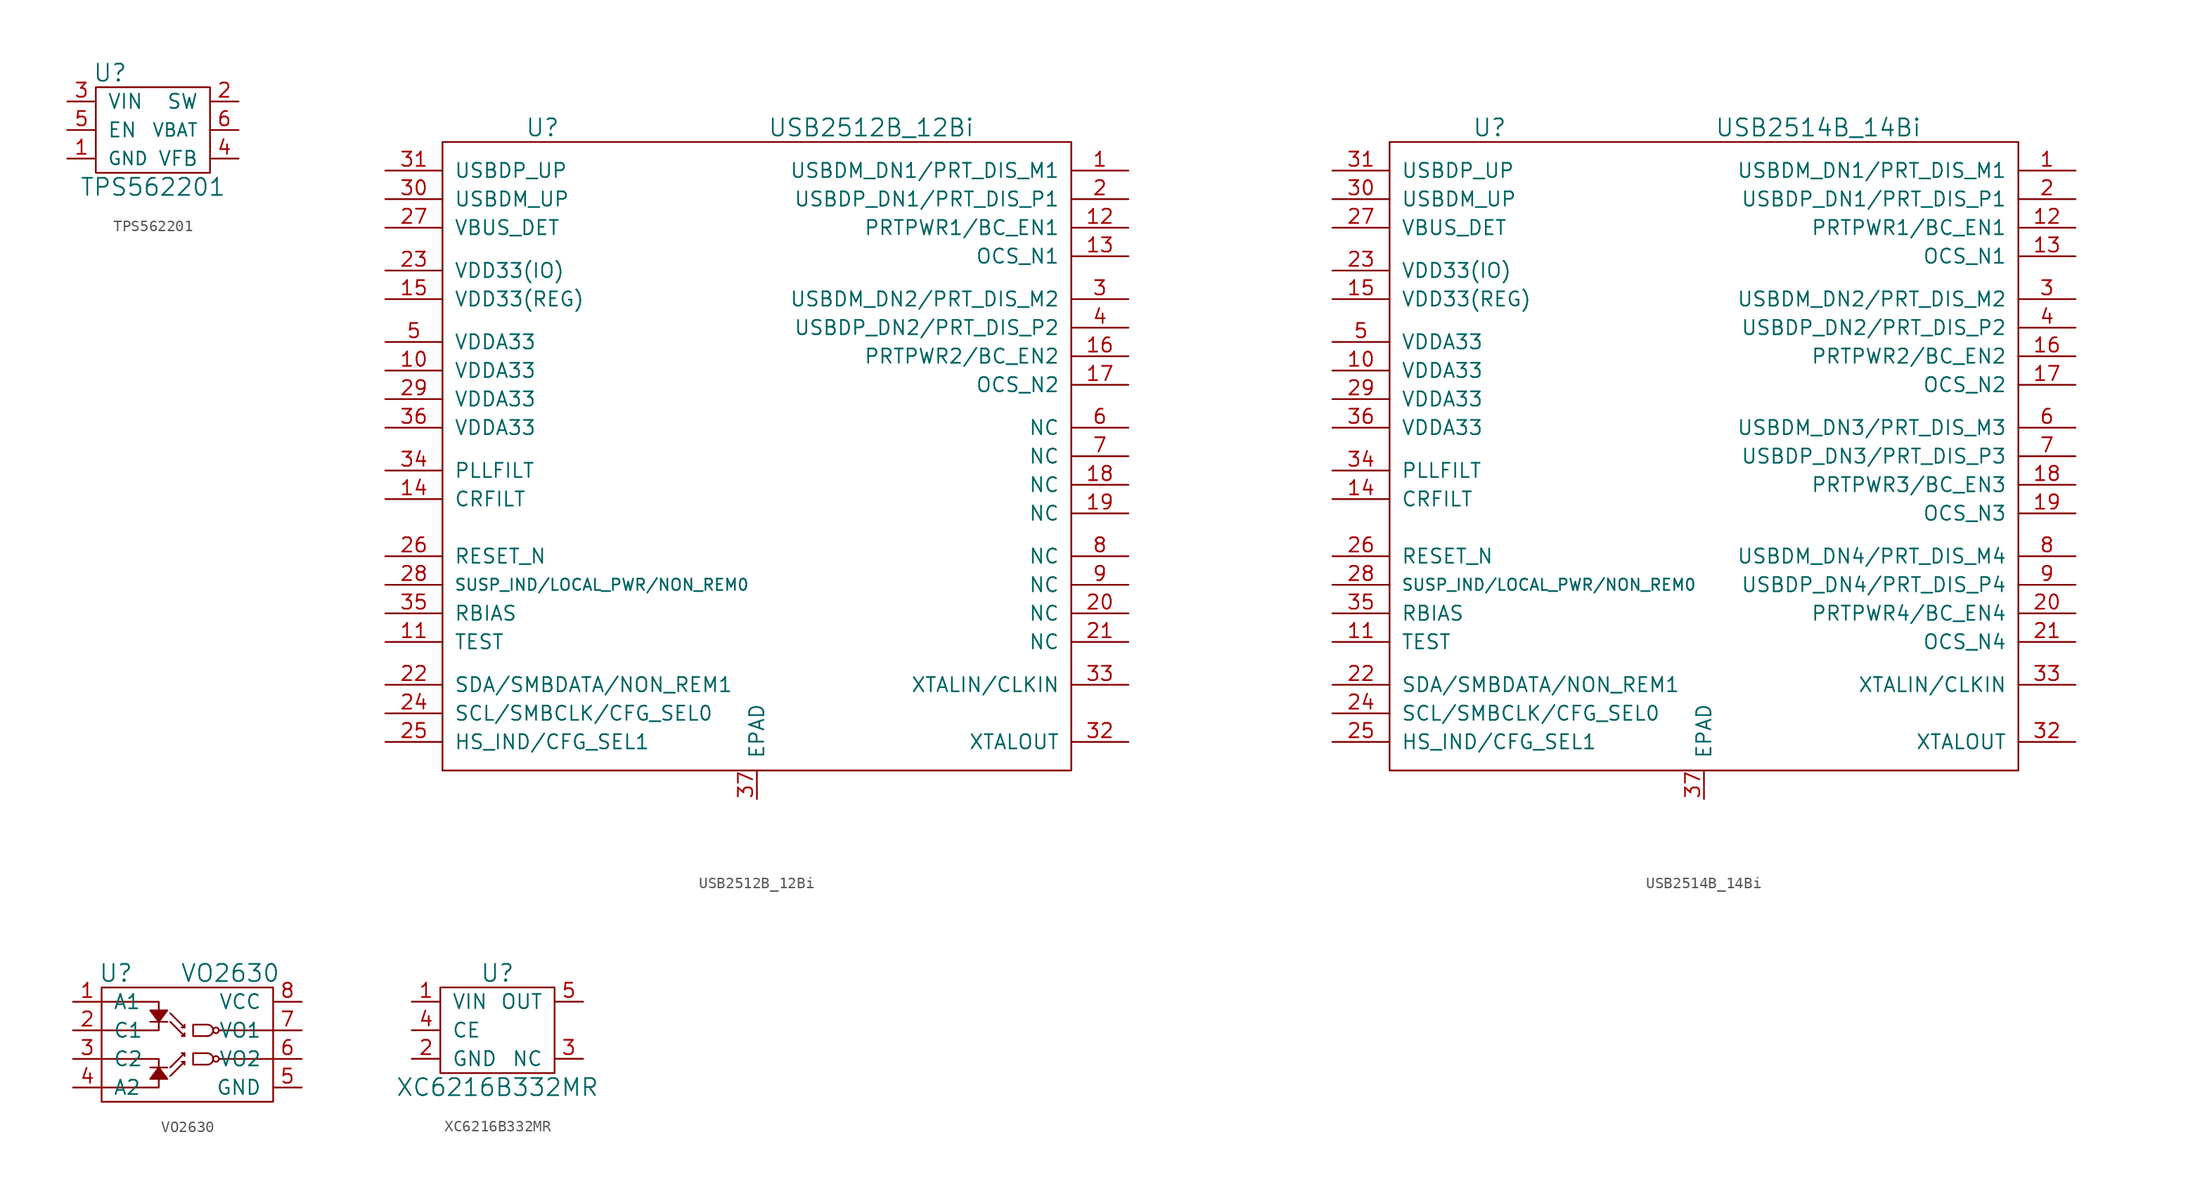
<source format=kicad_sym>
(kicad_symbol_lib
  (version 20220914)
  (generator kicad_symbol_editor)
  (symbol "TPS562201"
    (pin_names
      (offset 1.016))
    (property "Reference" "U"
      (at -3.81 5.08 0)
      (effects (font (size 1.524 1.524))))
    (property "Value" "TPS562201"
      (at 0 -5.08 0)
      (effects (font (size 1.524 1.524))))
    (property "Footprint" ""
      (at 0 0 0)
      (effects (font (size 1.524 1.524))))
    (property "Datasheet" ""
      (at 0 0 0)
      (effects (font (size 1.524 1.524))))
    (symbol "TPS562201_0_1"
      (rectangle (start -5.08 3.81) (end 5.08 -3.81) (stroke (width 0) (type default)) (fill (type none))))
    (symbol "TPS562201_1_1"
      (pin input line (at -7.62 -2.54 0) (length 2.54) (name "GND" (effects (font (size 1.143 1.143)))) (number "1" (effects (font (size 1.27 1.27)))))
      (pin input line (at 7.62 2.54 180) (length 2.54) (name "SW" (effects (font (size 1.27 1.27)))) (number "2" (effects (font (size 1.27 1.27)))))
      (pin input line (at -7.62 2.54 0) (length 2.54) (name "VIN" (effects (font (size 1.27 1.27)))) (number "3" (effects (font (size 1.27 1.27)))))
      (pin input line (at 7.62 -2.54 180) (length 2.54) (name "VFB" (effects (font (size 1.27 1.27)))) (number "4" (effects (font (size 1.27 1.27)))))
      (pin input line (at -7.62 0 0) (length 2.54) (name "EN" (effects (font (size 1.27 1.27)))) (number "5" (effects (font (size 1.27 1.27)))))
      (pin input line (at 7.62 0 180) (length 2.54) (name "VBAT" (effects (font (size 1.143 1.143)))) (number "6" (effects (font (size 1.27 1.27)))))))
  (symbol "USB2512B_12Bi"
    (pin_names
      (offset 1.016))
    (property "Reference" "U"
      (at -19.05 29.21 0)
      (effects (font (size 1.524 1.524))))
    (property "Value" "USB2512B_12Bi"
      (at 10.16 29.21 0)
      (effects (font (size 1.524 1.524))))
    (symbol "USB2512B_12Bi_0_1"
      (rectangle (start -27.94 27.94) (end 27.94 -27.94) (stroke (width 0) (type default)) (fill (type none))))
    (symbol "USB2512B_12Bi_1_1"
      (pin bidirectional line (at 33.02 25.4 180) (length 5.08) (name "USBDM_DN1/PRT_DIS_M1" (effects (font (size 1.27 1.27)))) (number "1" (effects (font (size 1.27 1.27)))))
      (pin bidirectional line (at -33.02 7.62 0) (length 5.08) (name "VDDA33" (effects (font (size 1.27 1.27)))) (number "10" (effects (font (size 1.27 1.27)))))
      (pin bidirectional line (at -33.02 -16.51 0) (length 5.08) (name "TEST" (effects (font (size 1.27 1.27)))) (number "11" (effects (font (size 1.27 1.27)))))
      (pin bidirectional line (at 33.02 20.32 180) (length 5.08) (name "PRTPWR1/BC_EN1" (effects (font (size 1.27 1.27)))) (number "12" (effects (font (size 1.27 1.27)))))
      (pin bidirectional line (at 33.02 17.78 180) (length 5.08) (name "OCS_N1" (effects (font (size 1.27 1.27)))) (number "13" (effects (font (size 1.27 1.27)))))
      (pin bidirectional line (at -33.02 -3.81 0) (length 5.08) (name "CRFILT" (effects (font (size 1.27 1.27)))) (number "14" (effects (font (size 1.27 1.27)))))
      (pin bidirectional line (at -33.02 13.97 0) (length 5.08) (name "VDD33(REG)" (effects (font (size 1.27 1.27)))) (number "15" (effects (font (size 1.27 1.27)))))
      (pin bidirectional line (at 33.02 8.89 180) (length 5.08) (name "PRTPWR2/BC_EN2" (effects (font (size 1.27 1.27)))) (number "16" (effects (font (size 1.27 1.27)))))
      (pin bidirectional line (at 33.02 6.35 180) (length 5.08) (name "OCS_N2" (effects (font (size 1.27 1.27)))) (number "17" (effects (font (size 1.27 1.27)))))
      (pin bidirectional line (at 33.02 -2.54 180) (length 5.08) (name "NC" (effects (font (size 1.27 1.27)))) (number "18" (effects (font (size 1.27 1.27)))))
      (pin bidirectional line (at 33.02 -5.08 180) (length 5.08) (name "NC" (effects (font (size 1.27 1.27)))) (number "19" (effects (font (size 1.27 1.27)))))
      (pin bidirectional line (at 33.02 22.86 180) (length 5.08) (name "USBDP_DN1/PRT_DIS_P1" (effects (font (size 1.27 1.27)))) (number "2" (effects (font (size 1.27 1.27)))))
      (pin bidirectional line (at 33.02 -13.97 180) (length 5.08) (name "NC" (effects (font (size 1.27 1.27)))) (number "20" (effects (font (size 1.27 1.27)))))
      (pin bidirectional line (at 33.02 -16.51 180) (length 5.08) (name "NC" (effects (font (size 1.27 1.27)))) (number "21" (effects (font (size 1.27 1.27)))))
      (pin bidirectional line (at -33.02 -20.32 0) (length 5.08) (name "SDA/SMBDATA/NON_REM1" (effects (font (size 1.27 1.27)))) (number "22" (effects (font (size 1.27 1.27)))))
      (pin bidirectional line (at -33.02 16.51 0) (length 5.08) (name "VDD33(IO)" (effects (font (size 1.27 1.27)))) (number "23" (effects (font (size 1.27 1.27)))))
      (pin bidirectional line (at -33.02 -22.86 0) (length 5.08) (name "SCL/SMBCLK/CFG_SEL0" (effects (font (size 1.27 1.27)))) (number "24" (effects (font (size 1.27 1.27)))))
      (pin bidirectional line (at -33.02 -25.4 0) (length 5.08) (name "HS_IND/CFG_SEL1" (effects (font (size 1.27 1.27)))) (number "25" (effects (font (size 1.27 1.27)))))
      (pin bidirectional line (at -33.02 -8.89 0) (length 5.08) (name "RESET_N" (effects (font (size 1.27 1.27)))) (number "26" (effects (font (size 1.27 1.27)))))
      (pin bidirectional line (at -33.02 20.32 0) (length 5.08) (name "VBUS_DET" (effects (font (size 1.27 1.27)))) (number "27" (effects (font (size 1.27 1.27)))))
      (pin bidirectional line (at -33.02 -11.43 0) (length 5.08) (name "SUSP_IND/LOCAL_PWR/NON_REM0" (effects (font (size 1.016 1.016)))) (number "28" (effects (font (size 1.27 1.27)))))
      (pin bidirectional line (at -33.02 5.08 0) (length 5.08) (name "VDDA33" (effects (font (size 1.27 1.27)))) (number "29" (effects (font (size 1.27 1.27)))))
      (pin bidirectional line (at 33.02 13.97 180) (length 5.08) (name "USBDM_DN2/PRT_DIS_M2" (effects (font (size 1.27 1.27)))) (number "3" (effects (font (size 1.27 1.27)))))
      (pin tri_state line (at -33.02 22.86 0) (length 5.08) (name "USBDM_UP" (effects (font (size 1.27 1.27)))) (number "30" (effects (font (size 1.27 1.27)))))
      (pin bidirectional line (at -33.02 25.4 0) (length 5.08) (name "USBDP_UP" (effects (font (size 1.27 1.27)))) (number "31" (effects (font (size 1.27 1.27)))))
      (pin bidirectional line (at 33.02 -25.4 180) (length 5.08) (name "XTALOUT" (effects (font (size 1.27 1.27)))) (number "32" (effects (font (size 1.27 1.27)))))
      (pin bidirectional line (at 33.02 -20.32 180) (length 5.08) (name "XTALIN/CLKIN" (effects (font (size 1.27 1.27)))) (number "33" (effects (font (size 1.27 1.27)))))
      (pin bidirectional line (at -33.02 -1.27 0) (length 5.08) (name "PLLFILT" (effects (font (size 1.27 1.27)))) (number "34" (effects (font (size 1.27 1.27)))))
      (pin bidirectional line (at -33.02 -13.97 0) (length 5.08) (name "RBIAS" (effects (font (size 1.27 1.27)))) (number "35" (effects (font (size 1.27 1.27)))))
      (pin bidirectional line (at -33.02 2.54 0) (length 5.08) (name "VDDA33" (effects (font (size 1.27 1.27)))) (number "36" (effects (font (size 1.27 1.27)))))
      (pin bidirectional line (at 0 -30.48 90) (length 2.54) (name "EPAD" (effects (font (size 1.27 1.27)))) (number "37" (effects (font (size 1.27 1.27)))))
      (pin bidirectional line (at 33.02 11.43 180) (length 5.08) (name "USBDP_DN2/PRT_DIS_P2" (effects (font (size 1.27 1.27)))) (number "4" (effects (font (size 1.27 1.27)))))
      (pin bidirectional line (at -33.02 10.16 0) (length 5.08) (name "VDDA33" (effects (font (size 1.27 1.27)))) (number "5" (effects (font (size 1.27 1.27)))))
      (pin bidirectional line (at 33.02 2.54 180) (length 5.08) (name "NC" (effects (font (size 1.27 1.27)))) (number "6" (effects (font (size 1.27 1.27)))))
      (pin bidirectional line (at 33.02 0 180) (length 5.08) (name "NC" (effects (font (size 1.27 1.27)))) (number "7" (effects (font (size 1.27 1.27)))))
      (pin bidirectional line (at 33.02 -8.89 180) (length 5.08) (name "NC" (effects (font (size 1.27 1.27)))) (number "8" (effects (font (size 1.27 1.27)))))
      (pin bidirectional line (at 33.02 -11.43 180) (length 5.08) (name "NC" (effects (font (size 1.27 1.27)))) (number "9" (effects (font (size 1.27 1.27)))))))
  (symbol "USB2514B_14Bi"
    (pin_names
      (offset 1.016))
    (property "Reference" "U"
      (at -19.05 29.21 0)
      (effects (font (size 1.524 1.524))))
    (property "Value" "USB2514B_14Bi"
      (at 10.16 29.21 0)
      (effects (font (size 1.524 1.524))))
    (symbol "USB2514B_14Bi_0_1"
      (rectangle (start -27.94 27.94) (end 27.94 -27.94) (stroke (width 0) (type default)) (fill (type none))))
    (symbol "USB2514B_14Bi_1_1"
      (pin bidirectional line (at 33.02 25.4 180) (length 5.08) (name "USBDM_DN1/PRT_DIS_M1" (effects (font (size 1.27 1.27)))) (number "1" (effects (font (size 1.27 1.27)))))
      (pin bidirectional line (at -33.02 7.62 0) (length 5.08) (name "VDDA33" (effects (font (size 1.27 1.27)))) (number "10" (effects (font (size 1.27 1.27)))))
      (pin bidirectional line (at -33.02 -16.51 0) (length 5.08) (name "TEST" (effects (font (size 1.27 1.27)))) (number "11" (effects (font (size 1.27 1.27)))))
      (pin bidirectional line (at 33.02 20.32 180) (length 5.08) (name "PRTPWR1/BC_EN1" (effects (font (size 1.27 1.27)))) (number "12" (effects (font (size 1.27 1.27)))))
      (pin bidirectional line (at 33.02 17.78 180) (length 5.08) (name "OCS_N1" (effects (font (size 1.27 1.27)))) (number "13" (effects (font (size 1.27 1.27)))))
      (pin bidirectional line (at -33.02 -3.81 0) (length 5.08) (name "CRFILT" (effects (font (size 1.27 1.27)))) (number "14" (effects (font (size 1.27 1.27)))))
      (pin bidirectional line (at -33.02 13.97 0) (length 5.08) (name "VDD33(REG)" (effects (font (size 1.27 1.27)))) (number "15" (effects (font (size 1.27 1.27)))))
      (pin bidirectional line (at 33.02 8.89 180) (length 5.08) (name "PRTPWR2/BC_EN2" (effects (font (size 1.27 1.27)))) (number "16" (effects (font (size 1.27 1.27)))))
      (pin bidirectional line (at 33.02 6.35 180) (length 5.08) (name "OCS_N2" (effects (font (size 1.27 1.27)))) (number "17" (effects (font (size 1.27 1.27)))))
      (pin bidirectional line (at 33.02 -2.54 180) (length 5.08) (name "PRTPWR3/BC_EN3" (effects (font (size 1.27 1.27)))) (number "18" (effects (font (size 1.27 1.27)))))
      (pin bidirectional line (at 33.02 -5.08 180) (length 5.08) (name "OCS_N3" (effects (font (size 1.27 1.27)))) (number "19" (effects (font (size 1.27 1.27)))))
      (pin bidirectional line (at 33.02 22.86 180) (length 5.08) (name "USBDP_DN1/PRT_DIS_P1" (effects (font (size 1.27 1.27)))) (number "2" (effects (font (size 1.27 1.27)))))
      (pin bidirectional line (at 33.02 -13.97 180) (length 5.08) (name "PRTPWR4/BC_EN4" (effects (font (size 1.27 1.27)))) (number "20" (effects (font (size 1.27 1.27)))))
      (pin bidirectional line (at 33.02 -16.51 180) (length 5.08) (name "OCS_N4" (effects (font (size 1.27 1.27)))) (number "21" (effects (font (size 1.27 1.27)))))
      (pin bidirectional line (at -33.02 -20.32 0) (length 5.08) (name "SDA/SMBDATA/NON_REM1" (effects (font (size 1.27 1.27)))) (number "22" (effects (font (size 1.27 1.27)))))
      (pin bidirectional line (at -33.02 16.51 0) (length 5.08) (name "VDD33(IO)" (effects (font (size 1.27 1.27)))) (number "23" (effects (font (size 1.27 1.27)))))
      (pin bidirectional line (at -33.02 -22.86 0) (length 5.08) (name "SCL/SMBCLK/CFG_SEL0" (effects (font (size 1.27 1.27)))) (number "24" (effects (font (size 1.27 1.27)))))
      (pin bidirectional line (at -33.02 -25.4 0) (length 5.08) (name "HS_IND/CFG_SEL1" (effects (font (size 1.27 1.27)))) (number "25" (effects (font (size 1.27 1.27)))))
      (pin bidirectional line (at -33.02 -8.89 0) (length 5.08) (name "RESET_N" (effects (font (size 1.27 1.27)))) (number "26" (effects (font (size 1.27 1.27)))))
      (pin bidirectional line (at -33.02 20.32 0) (length 5.08) (name "VBUS_DET" (effects (font (size 1.27 1.27)))) (number "27" (effects (font (size 1.27 1.27)))))
      (pin bidirectional line (at -33.02 -11.43 0) (length 5.08) (name "SUSP_IND/LOCAL_PWR/NON_REM0" (effects (font (size 1.016 1.016)))) (number "28" (effects (font (size 1.27 1.27)))))
      (pin bidirectional line (at -33.02 5.08 0) (length 5.08) (name "VDDA33" (effects (font (size 1.27 1.27)))) (number "29" (effects (font (size 1.27 1.27)))))
      (pin bidirectional line (at 33.02 13.97 180) (length 5.08) (name "USBDM_DN2/PRT_DIS_M2" (effects (font (size 1.27 1.27)))) (number "3" (effects (font (size 1.27 1.27)))))
      (pin tri_state line (at -33.02 22.86 0) (length 5.08) (name "USBDM_UP" (effects (font (size 1.27 1.27)))) (number "30" (effects (font (size 1.27 1.27)))))
      (pin bidirectional line (at -33.02 25.4 0) (length 5.08) (name "USBDP_UP" (effects (font (size 1.27 1.27)))) (number "31" (effects (font (size 1.27 1.27)))))
      (pin bidirectional line (at 33.02 -25.4 180) (length 5.08) (name "XTALOUT" (effects (font (size 1.27 1.27)))) (number "32" (effects (font (size 1.27 1.27)))))
      (pin bidirectional line (at 33.02 -20.32 180) (length 5.08) (name "XTALIN/CLKIN" (effects (font (size 1.27 1.27)))) (number "33" (effects (font (size 1.27 1.27)))))
      (pin bidirectional line (at -33.02 -1.27 0) (length 5.08) (name "PLLFILT" (effects (font (size 1.27 1.27)))) (number "34" (effects (font (size 1.27 1.27)))))
      (pin bidirectional line (at -33.02 -13.97 0) (length 5.08) (name "RBIAS" (effects (font (size 1.27 1.27)))) (number "35" (effects (font (size 1.27 1.27)))))
      (pin bidirectional line (at -33.02 2.54 0) (length 5.08) (name "VDDA33" (effects (font (size 1.27 1.27)))) (number "36" (effects (font (size 1.27 1.27)))))
      (pin bidirectional line (at 0 -30.48 90) (length 2.54) (name "EPAD" (effects (font (size 1.27 1.27)))) (number "37" (effects (font (size 1.27 1.27)))))
      (pin bidirectional line (at 33.02 11.43 180) (length 5.08) (name "USBDP_DN2/PRT_DIS_P2" (effects (font (size 1.27 1.27)))) (number "4" (effects (font (size 1.27 1.27)))))
      (pin bidirectional line (at -33.02 10.16 0) (length 5.08) (name "VDDA33" (effects (font (size 1.27 1.27)))) (number "5" (effects (font (size 1.27 1.27)))))
      (pin bidirectional line (at 33.02 2.54 180) (length 5.08) (name "USBDM_DN3/PRT_DIS_M3" (effects (font (size 1.27 1.27)))) (number "6" (effects (font (size 1.27 1.27)))))
      (pin bidirectional line (at 33.02 0 180) (length 5.08) (name "USBDP_DN3/PRT_DIS_P3" (effects (font (size 1.27 1.27)))) (number "7" (effects (font (size 1.27 1.27)))))
      (pin bidirectional line (at 33.02 -8.89 180) (length 5.08) (name "USBDM_DN4/PRT_DIS_M4" (effects (font (size 1.27 1.27)))) (number "8" (effects (font (size 1.27 1.27)))))
      (pin bidirectional line (at 33.02 -11.43 180) (length 5.08) (name "USBDP_DN4/PRT_DIS_P4" (effects (font (size 1.27 1.27)))) (number "9" (effects (font (size 1.27 1.27)))))))
  (symbol "VO2630"
    (pin_names
      (offset 1.016))
    (property "Reference" "U"
      (at -6.35 6.35 0)
      (effects (font (size 1.524 1.524))))
    (property "Value" "VO2630"
      (at 3.81 6.35 0)
      (effects (font (size 1.524 1.524))))
    (symbol "VO2630_0_1"
      (rectangle (start -7.62 5.08) (end 7.62 -5.08) (stroke (width 0) (type default)) (fill (type none)))
      (polyline (pts (xy -3.302 -2.032) (xy -1.778 -2.032)) (stroke (width 0) (type default)) (fill (type none)))
      (polyline (pts (xy -3.302 2.032) (xy -1.778 2.032)) (stroke (width 0) (type default)) (fill (type none)))
      (polyline (pts (xy -1.524 -2.794) (xy -0.254 -1.524)) (stroke (width 0) (type default)) (fill (type none)))
      (polyline (pts (xy -1.524 -2.032) (xy -0.254 -0.762)) (stroke (width 0) (type default)) (fill (type none)))
      (polyline (pts (xy -1.524 2.032) (xy -0.254 0.762)) (stroke (width 0) (type default)) (fill (type none)))
      (polyline (pts (xy 2.794 1.27) (xy 7.62 1.27)) (stroke (width 0) (type default)) (fill (type none)))
      (polyline (pts (xy 7.62 -1.27) (xy 2.794 -1.27)) (stroke (width 0) (type default)) (fill (type none)))
      (polyline (pts (xy -1.524 2.794) (xy -1.016 2.286) (xy -0.254 1.524)) (stroke (width 0) (type default)) (fill (type none)))
      (polyline (pts (xy -0.508 -1.524) (xy -0.254 -1.524) (xy -0.254 -1.778)) (stroke (width 0) (type default)) (fill (type none)))
      (polyline (pts (xy -0.508 -0.762) (xy -0.254 -0.762) (xy -0.254 -1.016)) (stroke (width 0) (type default)) (fill (type none)))
      (polyline (pts (xy -0.508 0.762) (xy -0.254 0.762) (xy -0.254 1.016)) (stroke (width 0) (type default)) (fill (type none)))
      (polyline (pts (xy -0.508 1.524) (xy -0.254 1.524) (xy -0.254 1.778)) (stroke (width 0) (type default)) (fill (type none)))
      (polyline (pts (xy -7.62 -1.27) (xy -2.54 -1.27) (xy -2.54 -3.81) (xy -7.62 -3.81)) (stroke (width 0) (type default)) (fill (type none)))
      (polyline (pts (xy -7.62 3.81) (xy -2.54 3.81) (xy -2.54 1.27) (xy -7.62 1.27)) (stroke (width 0) (type default)) (fill (type none)))
      (polyline (pts (xy -3.302 -3.048) (xy -1.778 -3.048) (xy -2.54 -2.032) (xy -3.302 -3.048)) (stroke (width 0) (type default)) (fill (type outline)))
      (polyline (pts (xy 1.778 -0.762) (xy 0.508 -0.762) (xy 0.508 -1.778) (xy 1.778 -1.778)) (stroke (width 0) (type default)) (fill (type none)))
      (polyline (pts (xy 1.778 1.778) (xy 0.508 1.778) (xy 0.508 0.762) (xy 1.778 0.762)) (stroke (width 0) (type default)) (fill (type none)))
      (polyline (pts (xy -3.048 3.048) (xy -1.778 3.048) (xy -2.54 2.032) (xy -3.302 3.048) (xy -3.048 3.048)) (stroke (width 0) (type default)) (fill (type outline)))
      (arc (start 1.778 -1.778) (mid 2.2838 -1.27) (end 1.778 -0.762) (stroke (width 0) (type default)) (fill (type none)))
      (arc (start 1.778 0.762) (mid 2.2838 1.27) (end 1.778 1.778) (stroke (width 0) (type default)) (fill (type none)))
      (circle (center 2.54 -1.27) (radius 0.254) (stroke (width 0) (type default)) (fill (type none)))
      (circle (center 2.54 1.27) (radius 0.254) (stroke (width 0) (type default)) (fill (type none))))
    (symbol "VO2630_1_1"
      (pin input line (at -10.16 3.81 0) (length 2.54) (name "A1" (effects (font (size 1.27 1.27)))) (number "1" (effects (font (size 1.27 1.27)))))
      (pin input line (at -10.16 1.27 0) (length 2.54) (name "C1" (effects (font (size 1.27 1.27)))) (number "2" (effects (font (size 1.27 1.27)))))
      (pin input line (at -10.16 -1.27 0) (length 2.54) (name "C2" (effects (font (size 1.27 1.27)))) (number "3" (effects (font (size 1.27 1.27)))))
      (pin input line (at -10.16 -3.81 0) (length 2.54) (name "A2" (effects (font (size 1.27 1.27)))) (number "4" (effects (font (size 1.27 1.27)))))
      (pin input line (at 10.16 -3.81 180) (length 2.54) (name "GND" (effects (font (size 1.27 1.27)))) (number "5" (effects (font (size 1.27 1.27)))))
      (pin input line (at 10.16 -1.27 180) (length 2.54) (name "VO2" (effects (font (size 1.27 1.27)))) (number "6" (effects (font (size 1.27 1.27)))))
      (pin input line (at 10.16 1.27 180) (length 2.54) (name "VO1" (effects (font (size 1.27 1.27)))) (number "7" (effects (font (size 1.27 1.27)))))
      (pin input line (at 10.16 3.81 180) (length 2.54) (name "VCC" (effects (font (size 1.27 1.27)))) (number "8" (effects (font (size 1.27 1.27)))))))
  (symbol "XC6216B332MR"
    (pin_names
      (offset 1.016))
    (property "Reference" "U"
      (at 0 5.08 0)
      (effects (font (size 1.524 1.524))))
    (property "Value" "XC6216B332MR"
      (at 0 -5.08 0)
      (effects (font (size 1.524 1.524))))
    (property "Footprint" ""
      (at -1.27 0 0)
      (effects (font (size 1.524 1.524))))
    (property "Datasheet" ""
      (at -1.27 0 0)
      (effects (font (size 1.524 1.524))))
    (symbol "XC6216B332MR_0_1"
      (rectangle (start -5.08 3.81) (end 5.08 -3.81) (stroke (width 0) (type default)) (fill (type none))))
    (symbol "XC6216B332MR_1_1"
      (pin bidirectional line (at -7.62 2.54 0) (length 2.54) (name "VIN" (effects (font (size 1.27 1.27)))) (number "1" (effects (font (size 1.27 1.27)))))
      (pin bidirectional line (at -7.62 -2.54 0) (length 2.54) (name "GND" (effects (font (size 1.27 1.27)))) (number "2" (effects (font (size 1.27 1.27)))))
      (pin bidirectional line (at 7.62 -2.54 180) (length 2.54) (name "NC" (effects (font (size 1.27 1.27)))) (number "3" (effects (font (size 1.27 1.27)))))
      (pin bidirectional line (at -7.62 0 0) (length 2.54) (name "CE" (effects (font (size 1.27 1.27)))) (number "4" (effects (font (size 1.27 1.27)))))
      (pin bidirectional line (at 7.62 2.54 180) (length 2.54) (name "OUT" (effects (font (size 1.27 1.27)))) (number "5" (effects (font (size 1.27 1.27))))))))
</source>
